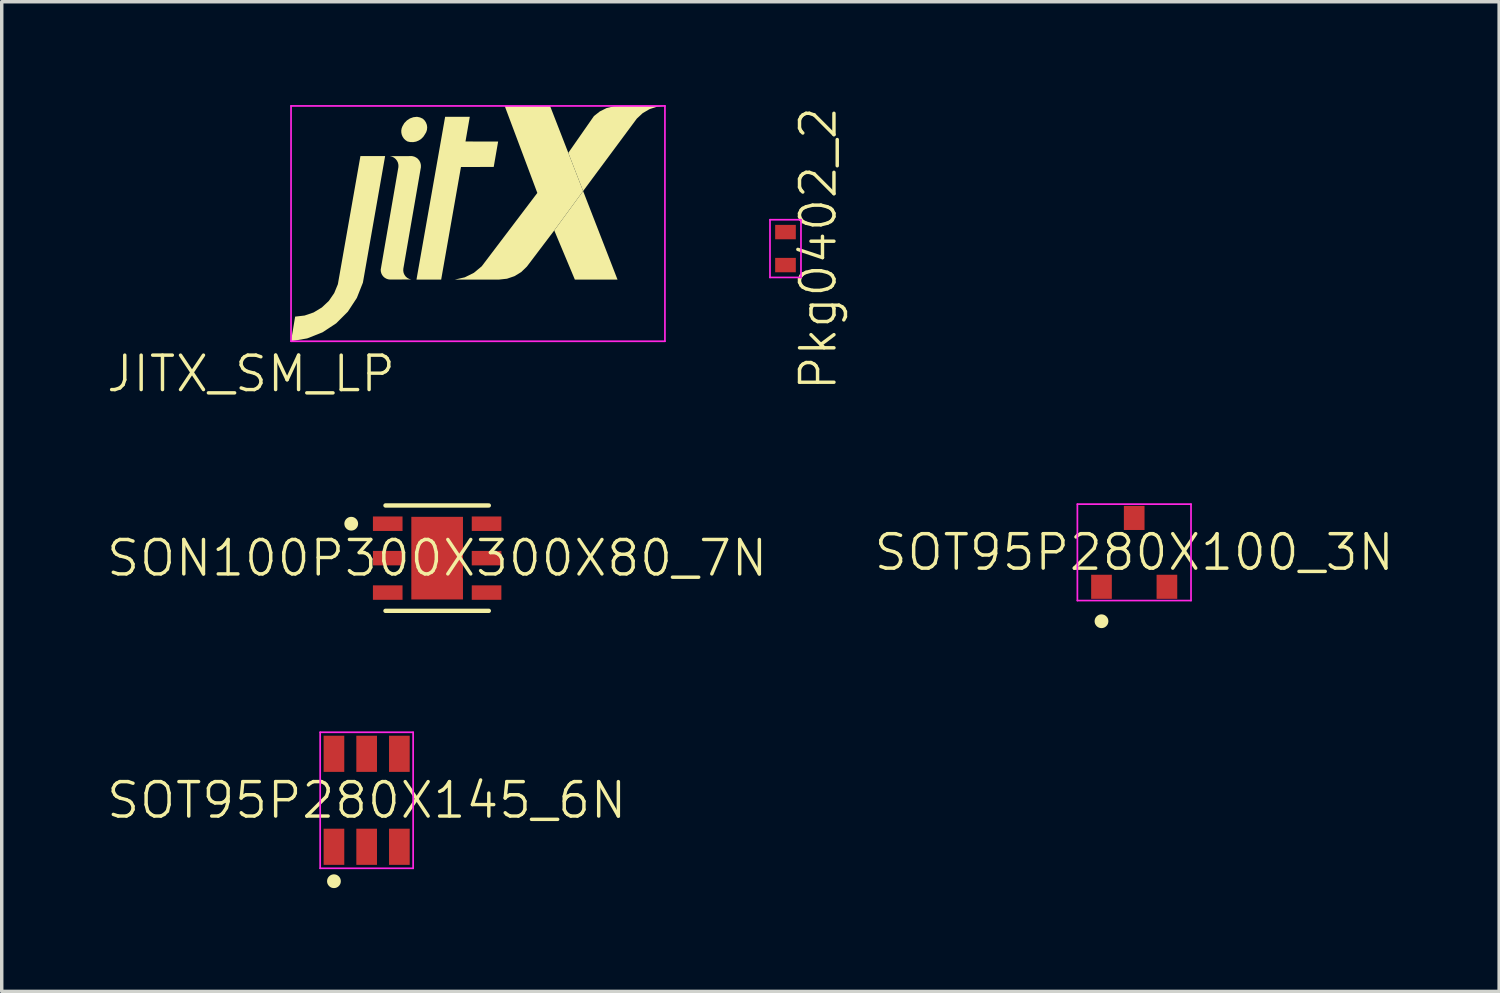
<source format=kicad_pcb>
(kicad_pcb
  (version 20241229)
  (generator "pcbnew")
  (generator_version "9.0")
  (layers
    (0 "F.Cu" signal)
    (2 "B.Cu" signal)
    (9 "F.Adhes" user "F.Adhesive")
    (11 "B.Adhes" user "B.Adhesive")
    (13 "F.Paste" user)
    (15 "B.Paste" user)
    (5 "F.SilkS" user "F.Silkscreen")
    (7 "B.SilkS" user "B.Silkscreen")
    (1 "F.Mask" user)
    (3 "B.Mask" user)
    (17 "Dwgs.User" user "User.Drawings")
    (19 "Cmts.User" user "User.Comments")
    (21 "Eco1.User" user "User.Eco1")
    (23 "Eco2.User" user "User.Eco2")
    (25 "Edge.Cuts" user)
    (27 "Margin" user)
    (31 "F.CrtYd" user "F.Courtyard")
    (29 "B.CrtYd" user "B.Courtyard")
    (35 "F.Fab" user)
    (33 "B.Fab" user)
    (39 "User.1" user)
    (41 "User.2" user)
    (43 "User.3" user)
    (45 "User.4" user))
  (footprint "SON100P300X300X80_7N"
    (layer "F.Cu")
    (at 9.645 13.159)
    (property "Reference" "SON100P300X300X80_7N" (at 0 0 0) (layer "F.SilkS") (effects (font (size 1 1) (thickness 0.1))))
    (fp_poly (pts (xy -1.915 -0.74) (xy -0.955 -0.74) (xy -0.955 -1.26) (xy -1.915 -1.26)) (stroke (width 0) (type solid)) (fill yes) (layer "F.Mask"))
    (fp_poly (pts (xy -1.915 0.26) (xy -0.955 0.26) (xy -0.955 -0.26) (xy -1.915 -0.26)) (stroke (width 0) (type solid)) (fill yes) (layer "F.Mask"))
    (fp_poly (pts (xy -1.915 1.26) (xy -0.955 1.26) (xy -0.955 0.74) (xy -1.915 0.74)) (stroke (width 0) (type solid)) (fill yes) (layer "F.Mask"))
    (fp_poly (pts (xy -0.8 1.25) (xy 0.8 1.25) (xy 0.8 -1.25) (xy -0.8 -1.25)) (stroke (width 0) (type solid)) (fill yes) (layer "F.Mask"))
    (fp_poly (pts (xy 0.955 -0.74) (xy 1.915 -0.74) (xy 1.915 -1.26) (xy 0.955 -1.26)) (stroke (width 0) (type solid)) (fill yes) (layer "F.Mask"))
    (fp_poly (pts (xy 0.955 0.26) (xy 1.915 0.26) (xy 1.915 -0.26) (xy 0.955 -0.26)) (stroke (width 0) (type solid)) (fill yes) (layer "F.Mask"))
    (fp_poly (pts (xy 0.955 1.26) (xy 1.915 1.26) (xy 1.915 0.74) (xy 0.955 0.74)) (stroke (width 0) (type solid)) (fill yes) (layer "F.Mask"))
    (fp_line (start -1.5 -1.53) (end 1.5 -1.53) (stroke (width 0.127) (type solid)) (layer "F.SilkS"))
    (fp_line (start -1.5 1.53) (end 1.5 1.53) (stroke (width 0.127) (type solid)) (layer "F.SilkS"))
    (fp_poly (pts (xy -2.295 -1) (xy -2.299 -1.039) (xy -2.31 -1.077) (xy -2.329 -1.111) (xy -2.354 -1.141) (xy -2.384 -1.166) (xy -2.418 -1.185) (xy -2.456 -1.196) (xy -2.495 -1.2) (xy -2.534 -1.196) (xy -2.572 -1.185) (xy -2.606 -1.166) (xy -2.636 -1.141) (xy -2.661 -1.111) (xy -2.68 -1.077) (xy -2.691 -1.039) (xy -2.695 -1) (xy -2.691 -0.961) (xy -2.68 -0.923) (xy -2.661 -0.889) (xy -2.636 -0.859) (xy -2.606 -0.834) (xy -2.572 -0.815) (xy -2.534 -0.804) (xy -2.495 -0.8) (xy -2.456 -0.804) (xy -2.418 -0.815) (xy -2.384 -0.834) (xy -2.354 -0.859) (xy -2.329 -0.889) (xy -2.31 -0.923) (xy -2.299 -0.961)) (stroke (width 0) (type solid)) (fill yes) (layer "F.SilkS"))
    (pad "1" smd rect (at -1.435 -1) (size 0.86 0.42) (layers "F.Cu" "F.Paste"))
    (pad "2" smd rect (at -1.435 0) (size 0.86 0.42) (layers "F.Cu" "F.Paste"))
    (pad "3" smd rect (at -1.435 1) (size 0.86 0.42) (layers "F.Cu" "F.Paste"))
    (pad "4" smd rect (at 1.435 1) (size 0.86 0.42) (layers "F.Cu" "F.Paste"))
    (pad "5" smd rect (at 1.435 0) (size 0.86 0.42) (layers "F.Cu" "F.Paste"))
    (pad "6" smd rect (at 1.435 -1) (size 0.86 0.42) (layers "F.Cu" "F.Paste"))
    (pad "7" smd rect (at 0 0) (size 1.5 2.4) (layers "F.Cu" "F.Paste")))
  (footprint "SOT95P280X100_3N"
    (layer "F.Cu")
    (at 29.888 12.991)
    (property "Reference" "SOT95P280X100_3N" (at 0 0 0) (layer "F.SilkS") (effects (font (size 1 1) (thickness 0.1))))
    (fp_poly (pts (xy -1.3 1.4) (xy -0.6 1.4) (xy -0.6 0.6) (xy -1.3 0.6)) (stroke (width 0) (type solid)) (fill yes) (layer "F.Mask"))
    (fp_poly (pts (xy -0.35 -0.6) (xy 0.35 -0.6) (xy 0.35 -1.4) (xy -0.35 -1.4)) (stroke (width 0) (type solid)) (fill yes) (layer "F.Mask"))
    (fp_poly (pts (xy 0.6 1.4) (xy 1.3 1.4) (xy 1.3 0.6) (xy 0.6 0.6)) (stroke (width 0) (type solid)) (fill yes) (layer "F.Mask"))
    (fp_poly (pts (xy -0.75 2) (xy -0.754 1.961) (xy -0.765 1.923) (xy -0.784 1.889) (xy -0.809 1.859) (xy -0.839 1.834) (xy -0.873 1.815) (xy -0.911 1.804) (xy -0.95 1.8) (xy -0.989 1.804) (xy -1.027 1.815) (xy -1.061 1.834) (xy -1.091 1.859) (xy -1.116 1.889) (xy -1.135 1.923) (xy -1.146 1.961) (xy -1.15 2) (xy -1.146 2.039) (xy -1.135 2.077) (xy -1.116 2.111) (xy -1.091 2.141) (xy -1.061 2.166) (xy -1.027 2.185) (xy -0.989 2.196) (xy -0.95 2.2) (xy -0.911 2.196) (xy -0.873 2.185) (xy -0.839 2.166) (xy -0.809 2.141) (xy -0.784 2.111) (xy -0.765 2.077) (xy -0.754 2.039)) (stroke (width 0) (type solid)) (fill yes) (layer "F.SilkS"))
    (fp_line (start -1.65 -1.4) (end -1.65 1.4) (stroke (width 0.05) (type solid)) (layer "F.CrtYd"))
    (fp_line (start -1.65 1.4) (end 1.65 1.4) (stroke (width 0.05) (type solid)) (layer "F.CrtYd"))
    (fp_line (start 1.65 -1.4) (end -1.65 -1.4) (stroke (width 0.05) (type solid)) (layer "F.CrtYd"))
    (fp_line (start 1.65 1.4) (end 1.65 -1.4) (stroke (width 0.05) (type solid)) (layer "F.CrtYd"))
    (pad "1" smd rect (at -0.95 1) (size 0.6 0.7) (layers "F.Cu" "F.Paste"))
    (pad "2" smd rect (at 0.95 1) (size 0.6 0.7) (layers "F.Cu" "F.Paste"))
    (pad "3" smd rect (at 0 -1) (size 0.6 0.7) (layers "F.Cu" "F.Paste")))
  (footprint "JITX_SM_LP"
    (layer "F.Cu")
    (at 4.24 7.806)
    (property "Reference" "JITX_SM_LP" (at 0 0 0) (layer "F.SilkS") (effects (font (size 1 1) (thickness 0.1))))
    (fp_poly (pts (xy 8.806 -4.164) (xy 9.644 -5.308) (xy 10.643 -2.737) (xy 9.404 -2.737)) (stroke (width 0) (type solid)) (fill yes) (layer "F.SilkS"))
    (fp_poly (pts (xy 4.805 -2.737) (xy 5.522 -2.737) (xy 6.097 -6.006) (xy 7.048 -6.008) (xy 7.176 -6.746) (xy 6.228 -6.747) (xy 6.353 -7.464) (xy 5.637 -7.464)) (stroke (width 0) (type solid)) (fill yes) (layer "F.SilkS"))
    (fp_poly (pts (xy 9.644 -5.308) (xy 11.204 -7.412) (xy 11.373 -7.569) (xy 11.572 -7.686) (xy 11.791 -7.758) (xy 12.02 -7.781) (xy 10.752 -7.779) (xy 10.535 -7.77) (xy 10.324 -7.717) (xy 10.13 -7.62) (xy 9.959 -7.486) (xy 9.214 -6.417)) (stroke (width 0) (type solid)) (fill yes) (layer "F.SilkS"))
    (fp_poly (pts (xy 8.806 -4.164) (xy 9.644 -5.308) (xy 9.214 -6.417) (xy 8.685 -7.777) (xy 7.367 -7.778) (xy 8.314 -5.253) (xy 6.699 -3.122) (xy 6.473 -2.934) (xy 6.209 -2.803) (xy 5.921 -2.737) (xy 7.207 -2.737) (xy 7.434 -2.762) (xy 7.651 -2.836) (xy 7.846 -2.955) (xy 8.011 -3.114)) (stroke (width 0) (type solid)) (fill yes) (layer "F.SilkS"))
    (fp_poly (pts (xy 3.894 -6.323) (xy 3.177 -6.323) (xy 2.522 -2.602) (xy 2.416 -2.345) (xy 2.259 -2.117) (xy 2.057 -1.927) (xy 1.819 -1.783) (xy 1.557 -1.693) (xy 1.281 -1.661) (xy 1.162 -0.946) (xy 1.632 -1.029) (xy 2.076 -1.205) (xy 2.474 -1.467) (xy 2.812 -1.805) (xy 3.073 -2.204) (xy 3.249 -2.648)) (stroke (width 0) (type solid)) (fill yes) (layer "F.SilkS"))
    (fp_poly (pts (xy 4.82 -7.464) (xy 4.714 -7.452) (xy 4.614 -7.416) (xy 4.525 -7.357) (xy 4.451 -7.281) (xy 4.397 -7.189) (xy 4.397 -7.189) (xy 4.374 -7.129) (xy 4.363 -7.065) (xy 4.365 -7.001) (xy 4.379 -6.938) (xy 4.405 -6.88) (xy 4.442 -6.827) (xy 4.489 -6.783) (xy 4.543 -6.748) (xy 4.626 -6.73) (xy 4.711 -6.729) (xy 4.795 -6.744) (xy 4.873 -6.777) (xy 4.944 -6.824) (xy 5.004 -6.884) (xy 5.05 -6.955) (xy 5.05 -6.955) (xy 5.087 -7.017) (xy 5.109 -7.086) (xy 5.116 -7.159) (xy 5.106 -7.23) (xy 5.08 -7.298) (xy 5.04 -7.359) (xy 4.988 -7.409) (xy 4.907 -7.446) (xy 4.82 -7.464)) (stroke (width 0) (type solid)) (fill yes) (layer "F.SilkS"))
    (fp_poly (pts (xy 4.654 -2.74) (xy 4.594 -2.756) (xy 4.54 -2.784) (xy 4.493 -2.824) (xy 4.457 -2.874) (xy 4.432 -2.93) (xy 4.421 -2.991) (xy 4.423 -3.052) (xy 4.933 -5.998) (xy 4.933 -6.064) (xy 4.919 -6.128) (xy 4.891 -6.187) (xy 4.85 -6.238) (xy 4.799 -6.279) (xy 4.74 -6.308) (xy 4.676 -6.323) (xy 4.035 -6.321) (xy 4.096 -6.306) (xy 4.153 -6.277) (xy 4.201 -6.237) (xy 4.24 -6.187) (xy 4.267 -6.13) (xy 4.28 -6.068) (xy 4.28 -6.005) (xy 3.766 -3.025) (xy 3.77 -2.971) (xy 3.784 -2.918) (xy 3.808 -2.869) (xy 3.841 -2.826) (xy 3.882 -2.79) (xy 3.929 -2.763) (xy 3.98 -2.745) (xy 4.034 -2.738)) (stroke (width 0) (type solid)) (fill yes) (layer "F.SilkS"))
    (fp_line (start 1.162 -7.78) (end 1.162 -0.946) (stroke (width 0.05) (type solid)) (layer "F.CrtYd"))
    (fp_line (start 1.162 -0.946) (end 12.02 -0.946) (stroke (width 0.05) (type solid)) (layer "F.CrtYd"))
    (fp_line (start 12.02 -7.78) (end 1.162 -7.78) (stroke (width 0.05) (type solid)) (layer "F.CrtYd"))
    (fp_line (start 12.02 -0.946) (end 12.02 -7.78) (stroke (width 0.05) (type solid)) (layer "F.CrtYd")))
  (footprint "SOT95P280X145_6N"
    (layer "F.Cu")
    (at 7.598 20.191)
    (property "Reference" "SOT95P280X145_6N" (at 0 0 0) (layer "F.SilkS") (effects (font (size 1 1) (thickness 0.1))))
    (fp_poly (pts (xy -1.3 -0.775) (xy -0.6 -0.775) (xy -0.6 -1.925) (xy -1.3 -1.925)) (stroke (width 0) (type solid)) (fill yes) (layer "F.Mask"))
    (fp_poly (pts (xy -1.3 1.925) (xy -0.6 1.925) (xy -0.6 0.775) (xy -1.3 0.775)) (stroke (width 0) (type solid)) (fill yes) (layer "F.Mask"))
    (fp_poly (pts (xy -0.35 -0.775) (xy 0.35 -0.775) (xy 0.35 -1.925) (xy -0.35 -1.925)) (stroke (width 0) (type solid)) (fill yes) (layer "F.Mask"))
    (fp_poly (pts (xy -0.35 1.925) (xy 0.35 1.925) (xy 0.35 0.775) (xy -0.35 0.775)) (stroke (width 0) (type solid)) (fill yes) (layer "F.Mask"))
    (fp_poly (pts (xy 0.6 -0.775) (xy 1.3 -0.775) (xy 1.3 -1.925) (xy 0.6 -1.925)) (stroke (width 0) (type solid)) (fill yes) (layer "F.Mask"))
    (fp_poly (pts (xy 0.6 1.925) (xy 1.3 1.925) (xy 1.3 0.775) (xy 0.6 0.775)) (stroke (width 0) (type solid)) (fill yes) (layer "F.Mask"))
    (fp_poly (pts (xy -0.75 2.35) (xy -0.754 2.311) (xy -0.765 2.273) (xy -0.784 2.239) (xy -0.809 2.209) (xy -0.839 2.184) (xy -0.873 2.165) (xy -0.911 2.154) (xy -0.95 2.15) (xy -0.989 2.154) (xy -1.027 2.165) (xy -1.061 2.184) (xy -1.091 2.209) (xy -1.116 2.239) (xy -1.135 2.273) (xy -1.146 2.311) (xy -1.15 2.35) (xy -1.146 2.389) (xy -1.135 2.427) (xy -1.116 2.461) (xy -1.091 2.491) (xy -1.061 2.516) (xy -1.027 2.535) (xy -0.989 2.546) (xy -0.95 2.55) (xy -0.911 2.546) (xy -0.873 2.535) (xy -0.839 2.516) (xy -0.809 2.491) (xy -0.784 2.461) (xy -0.765 2.427) (xy -0.754 2.389)) (stroke (width 0) (type solid)) (fill yes) (layer "F.SilkS"))
    (fp_line (start -1.35 -1.975) (end -1.35 1.975) (stroke (width 0.05) (type solid)) (layer "F.CrtYd"))
    (fp_line (start -1.35 1.975) (end 1.35 1.975) (stroke (width 0.05) (type solid)) (layer "F.CrtYd"))
    (fp_line (start 1.35 -1.975) (end -1.35 -1.975) (stroke (width 0.05) (type solid)) (layer "F.CrtYd"))
    (fp_line (start 1.35 1.975) (end 1.35 -1.975) (stroke (width 0.05) (type solid)) (layer "F.CrtYd"))
    (pad "1" smd rect (at -0.95 1.35) (size 0.6 1.05) (layers "F.Cu" "F.Paste"))
    (pad "2" smd rect (at 0 1.35) (size 0.6 1.05) (layers "F.Cu" "F.Paste"))
    (pad "3" smd rect (at 0.95 1.35) (size 0.6 1.05) (layers "F.Cu" "F.Paste"))
    (pad "4" smd rect (at 0.95 -1.35) (size 0.6 1.05) (layers "F.Cu" "F.Paste"))
    (pad "5" smd rect (at 0 -1.35) (size 0.6 1.05) (layers "F.Cu" "F.Paste"))
    (pad "6" smd rect (at -0.95 -1.35) (size 0.6 1.05) (layers "F.Cu" "F.Paste")))
  (footprint "Pkg0402_2"
    (layer "F.Cu")
    (at 19.761 4.169)
    (property "Reference" "Pkg0402_2" (at 0.95 0 90) (layer "F.SilkS") (effects (font (size 1 1) (thickness 0.1))))
    (fp_poly (pts (xy -0.35 -0.22) (xy 0.35 -0.22) (xy 0.35 -0.738) (xy -0.35 -0.738)) (stroke (width 0) (type solid)) (fill yes) (layer "F.Mask"))
    (fp_poly (pts (xy -0.35 0.738) (xy 0.35 0.738) (xy 0.35 0.22) (xy -0.35 0.22)) (stroke (width 0) (type solid)) (fill yes) (layer "F.Mask"))
    (fp_line (start -0.45 -0.838) (end -0.45 0.838) (stroke (width 0.05) (type solid)) (layer "F.CrtYd"))
    (fp_line (start -0.45 0.838) (end 0.45 0.838) (stroke (width 0.05) (type solid)) (layer "F.CrtYd"))
    (fp_line (start 0.45 -0.838) (end -0.45 -0.838) (stroke (width 0.05) (type solid)) (layer "F.CrtYd"))
    (fp_line (start 0.45 0.838) (end 0.45 -0.838) (stroke (width 0.05) (type solid)) (layer "F.CrtYd"))
    (pad "1" smd rect (at 0 -0.479) (size 0.6 0.418) (layers "F.Cu" "F.Paste"))
    (pad "2" smd rect (at 0 0.479) (size 0.6 0.418) (layers "F.Cu" "F.Paste")))
  (gr_rect
    (start -3 -3)
    (end 40.486 25.741)
    (stroke (width 0.1) (type default))
    (fill no)
    (layer "Edge.Cuts")))
</source>
